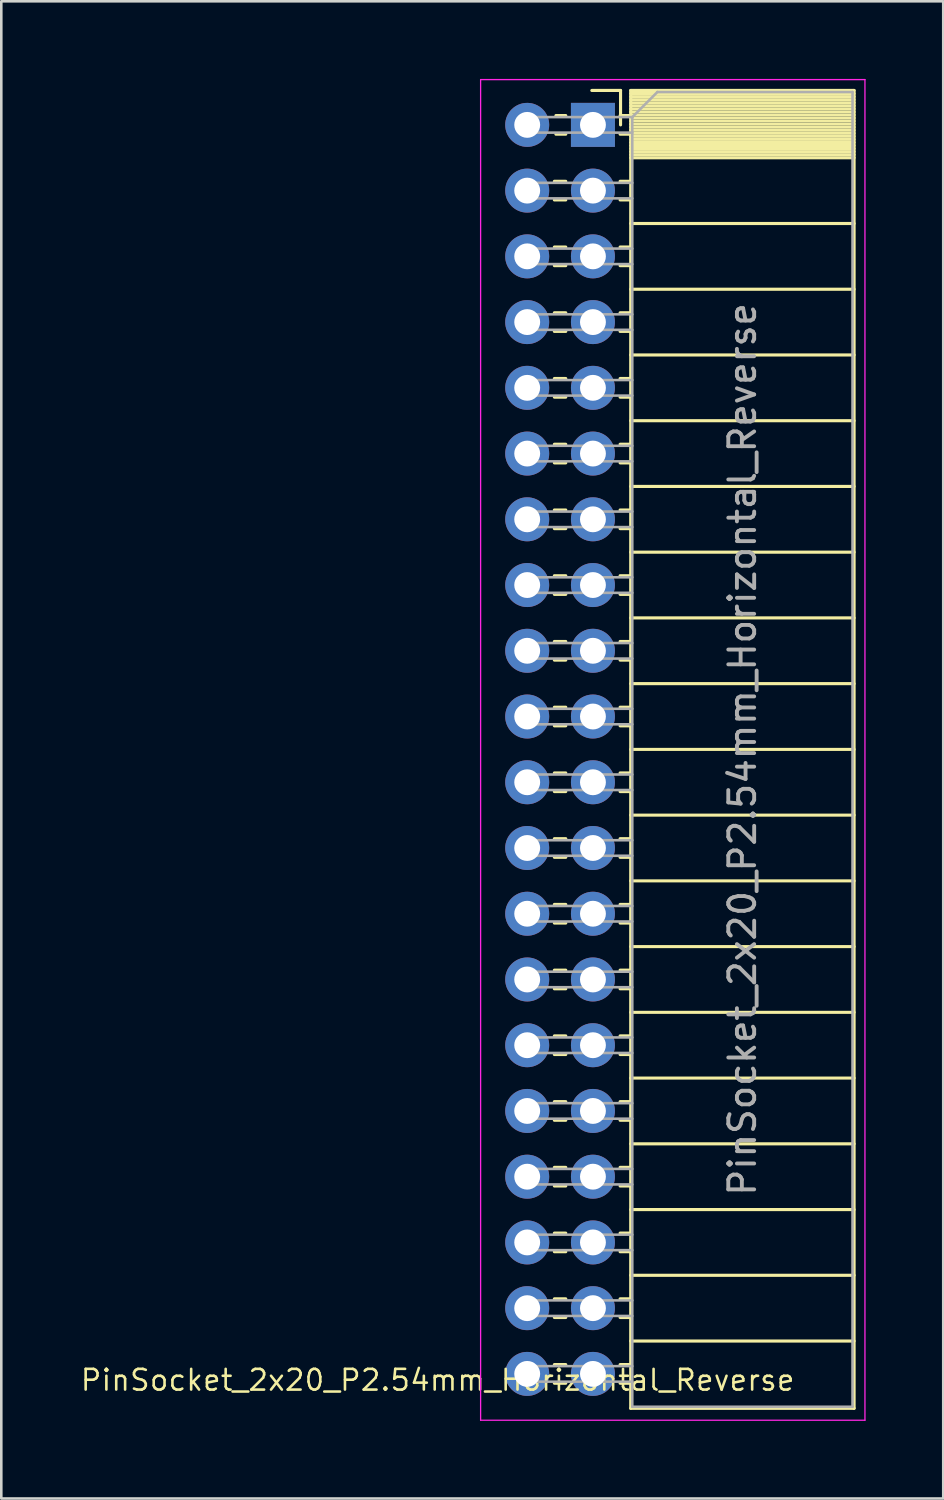
<source format=kicad_pcb>
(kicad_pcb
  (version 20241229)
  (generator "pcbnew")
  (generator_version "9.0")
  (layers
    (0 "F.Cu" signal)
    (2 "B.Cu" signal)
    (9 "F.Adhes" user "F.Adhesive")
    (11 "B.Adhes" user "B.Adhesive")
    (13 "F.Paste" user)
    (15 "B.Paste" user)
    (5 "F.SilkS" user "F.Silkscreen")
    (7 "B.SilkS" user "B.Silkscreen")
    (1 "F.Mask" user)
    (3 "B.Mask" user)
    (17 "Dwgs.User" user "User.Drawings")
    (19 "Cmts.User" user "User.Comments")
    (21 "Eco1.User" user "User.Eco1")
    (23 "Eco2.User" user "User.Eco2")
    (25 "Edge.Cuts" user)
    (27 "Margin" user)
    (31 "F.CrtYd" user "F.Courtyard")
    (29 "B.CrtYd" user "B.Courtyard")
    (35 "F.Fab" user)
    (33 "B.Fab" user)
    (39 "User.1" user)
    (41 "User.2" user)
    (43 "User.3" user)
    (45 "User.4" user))
  (footprint "PinSocket_2x20_P2.54mm_Horizontal_Reverse"
    (layer "F.Cu")
    (at 19.86 1.775)
    (property "Reference" "PinSocket_2x20_P2.54mm_Horizontal_Reverse" (at -6 48.5 0) (layer "F.SilkS") (effects (font (size 0.8 0.8) (thickness 0.1))))
    (attr through_hole)
    (fp_line (start -1.05 -0.36) (end -1.43 -0.36) (stroke (width 0.12) (type solid)) (layer "F.SilkS"))
    (fp_line (start -1.05 0.36) (end -1.43 0.36) (stroke (width 0.12) (type solid)) (layer "F.SilkS"))
    (fp_line (start -1.05 2.18) (end -1.49 2.18) (stroke (width 0.12) (type solid)) (layer "F.SilkS"))
    (fp_line (start -1.05 2.9) (end -1.49 2.9) (stroke (width 0.12) (type solid)) (layer "F.SilkS"))
    (fp_line (start -1.05 4.72) (end -1.49 4.72) (stroke (width 0.12) (type solid)) (layer "F.SilkS"))
    (fp_line (start -1.05 5.44) (end -1.49 5.44) (stroke (width 0.12) (type solid)) (layer "F.SilkS"))
    (fp_line (start -1.05 7.26) (end -1.49 7.26) (stroke (width 0.12) (type solid)) (layer "F.SilkS"))
    (fp_line (start -1.05 7.98) (end -1.49 7.98) (stroke (width 0.12) (type solid)) (layer "F.SilkS"))
    (fp_line (start -1.05 9.8) (end -1.49 9.8) (stroke (width 0.12) (type solid)) (layer "F.SilkS"))
    (fp_line (start -1.05 10.52) (end -1.49 10.52) (stroke (width 0.12) (type solid)) (layer "F.SilkS"))
    (fp_line (start -1.05 12.34) (end -1.49 12.34) (stroke (width 0.12) (type solid)) (layer "F.SilkS"))
    (fp_line (start -1.05 13.06) (end -1.49 13.06) (stroke (width 0.12) (type solid)) (layer "F.SilkS"))
    (fp_line (start -1.05 14.88) (end -1.49 14.88) (stroke (width 0.12) (type solid)) (layer "F.SilkS"))
    (fp_line (start -1.05 15.6) (end -1.49 15.6) (stroke (width 0.12) (type solid)) (layer "F.SilkS"))
    (fp_line (start -1.05 17.42) (end -1.49 17.42) (stroke (width 0.12) (type solid)) (layer "F.SilkS"))
    (fp_line (start -1.05 18.14) (end -1.49 18.14) (stroke (width 0.12) (type solid)) (layer "F.SilkS"))
    (fp_line (start -1.05 19.96) (end -1.49 19.96) (stroke (width 0.12) (type solid)) (layer "F.SilkS"))
    (fp_line (start -1.05 20.68) (end -1.49 20.68) (stroke (width 0.12) (type solid)) (layer "F.SilkS"))
    (fp_line (start -1.05 22.5) (end -1.49 22.5) (stroke (width 0.12) (type solid)) (layer "F.SilkS"))
    (fp_line (start -1.05 23.22) (end -1.49 23.22) (stroke (width 0.12) (type solid)) (layer "F.SilkS"))
    (fp_line (start -1.05 25.04) (end -1.49 25.04) (stroke (width 0.12) (type solid)) (layer "F.SilkS"))
    (fp_line (start -1.05 25.76) (end -1.49 25.76) (stroke (width 0.12) (type solid)) (layer "F.SilkS"))
    (fp_line (start -1.05 27.58) (end -1.49 27.58) (stroke (width 0.12) (type solid)) (layer "F.SilkS"))
    (fp_line (start -1.05 28.3) (end -1.49 28.3) (stroke (width 0.12) (type solid)) (layer "F.SilkS"))
    (fp_line (start -1.05 30.12) (end -1.49 30.12) (stroke (width 0.12) (type solid)) (layer "F.SilkS"))
    (fp_line (start -1.05 30.84) (end -1.49 30.84) (stroke (width 0.12) (type solid)) (layer "F.SilkS"))
    (fp_line (start -1.05 32.66) (end -1.49 32.66) (stroke (width 0.12) (type solid)) (layer "F.SilkS"))
    (fp_line (start -1.05 33.38) (end -1.49 33.38) (stroke (width 0.12) (type solid)) (layer "F.SilkS"))
    (fp_line (start -1.05 35.2) (end -1.49 35.2) (stroke (width 0.12) (type solid)) (layer "F.SilkS"))
    (fp_line (start -1.05 35.92) (end -1.49 35.92) (stroke (width 0.12) (type solid)) (layer "F.SilkS"))
    (fp_line (start -1.05 37.74) (end -1.49 37.74) (stroke (width 0.12) (type solid)) (layer "F.SilkS"))
    (fp_line (start -1.05 38.46) (end -1.49 38.46) (stroke (width 0.12) (type solid)) (layer "F.SilkS"))
    (fp_line (start -1.05 40.28) (end -1.49 40.28) (stroke (width 0.12) (type solid)) (layer "F.SilkS"))
    (fp_line (start -1.05 41) (end -1.49 41) (stroke (width 0.12) (type solid)) (layer "F.SilkS"))
    (fp_line (start -1.05 42.82) (end -1.49 42.82) (stroke (width 0.12) (type solid)) (layer "F.SilkS"))
    (fp_line (start -1.05 43.54) (end -1.49 43.54) (stroke (width 0.12) (type solid)) (layer "F.SilkS"))
    (fp_line (start -1.05 45.36) (end -1.49 45.36) (stroke (width 0.12) (type solid)) (layer "F.SilkS"))
    (fp_line (start -1.05 46.08) (end -1.49 46.08) (stroke (width 0.12) (type solid)) (layer "F.SilkS"))
    (fp_line (start -1.05 47.9) (end -1.49 47.9) (stroke (width 0.12) (type solid)) (layer "F.SilkS"))
    (fp_line (start -1.05 48.62) (end -1.49 48.62) (stroke (width 0.12) (type solid)) (layer "F.SilkS"))
    (fp_line (start 1.067 -1.33) (end -0.043 -1.33) (stroke (width 0.12) (type solid)) (layer "F.SilkS"))
    (fp_line (start 1.067 -1.33) (end 1.067 0) (stroke (width 0.12) (type solid)) (layer "F.SilkS"))
    (fp_line (start 1.46 -1.33) (end 1.46 49.59) (stroke (width 0.12) (type solid)) (layer "F.SilkS"))
    (fp_line (start 1.46 -0.36) (end 1.05 -0.36) (stroke (width 0.12) (type solid)) (layer "F.SilkS"))
    (fp_line (start 1.46 0.36) (end 1.05 0.36) (stroke (width 0.12) (type solid)) (layer "F.SilkS"))
    (fp_line (start 1.46 2.18) (end 1.05 2.18) (stroke (width 0.12) (type solid)) (layer "F.SilkS"))
    (fp_line (start 1.46 2.9) (end 1.05 2.9) (stroke (width 0.12) (type solid)) (layer "F.SilkS"))
    (fp_line (start 1.46 4.72) (end 1.05 4.72) (stroke (width 0.12) (type solid)) (layer "F.SilkS"))
    (fp_line (start 1.46 5.44) (end 1.05 5.44) (stroke (width 0.12) (type solid)) (layer "F.SilkS"))
    (fp_line (start 1.46 7.26) (end 1.05 7.26) (stroke (width 0.12) (type solid)) (layer "F.SilkS"))
    (fp_line (start 1.46 7.98) (end 1.05 7.98) (stroke (width 0.12) (type solid)) (layer "F.SilkS"))
    (fp_line (start 1.46 9.8) (end 1.05 9.8) (stroke (width 0.12) (type solid)) (layer "F.SilkS"))
    (fp_line (start 1.46 10.52) (end 1.05 10.52) (stroke (width 0.12) (type solid)) (layer "F.SilkS"))
    (fp_line (start 1.46 12.34) (end 1.05 12.34) (stroke (width 0.12) (type solid)) (layer "F.SilkS"))
    (fp_line (start 1.46 13.06) (end 1.05 13.06) (stroke (width 0.12) (type solid)) (layer "F.SilkS"))
    (fp_line (start 1.46 14.88) (end 1.05 14.88) (stroke (width 0.12) (type solid)) (layer "F.SilkS"))
    (fp_line (start 1.46 15.6) (end 1.05 15.6) (stroke (width 0.12) (type solid)) (layer "F.SilkS"))
    (fp_line (start 1.46 17.42) (end 1.05 17.42) (stroke (width 0.12) (type solid)) (layer "F.SilkS"))
    (fp_line (start 1.46 18.14) (end 1.05 18.14) (stroke (width 0.12) (type solid)) (layer "F.SilkS"))
    (fp_line (start 1.46 19.96) (end 1.05 19.96) (stroke (width 0.12) (type solid)) (layer "F.SilkS"))
    (fp_line (start 1.46 20.68) (end 1.05 20.68) (stroke (width 0.12) (type solid)) (layer "F.SilkS"))
    (fp_line (start 1.46 22.5) (end 1.05 22.5) (stroke (width 0.12) (type solid)) (layer "F.SilkS"))
    (fp_line (start 1.46 23.22) (end 1.05 23.22) (stroke (width 0.12) (type solid)) (layer "F.SilkS"))
    (fp_line (start 1.46 25.04) (end 1.05 25.04) (stroke (width 0.12) (type solid)) (layer "F.SilkS"))
    (fp_line (start 1.46 25.76) (end 1.05 25.76) (stroke (width 0.12) (type solid)) (layer "F.SilkS"))
    (fp_line (start 1.46 27.58) (end 1.05 27.58) (stroke (width 0.12) (type solid)) (layer "F.SilkS"))
    (fp_line (start 1.46 28.3) (end 1.05 28.3) (stroke (width 0.12) (type solid)) (layer "F.SilkS"))
    (fp_line (start 1.46 30.12) (end 1.05 30.12) (stroke (width 0.12) (type solid)) (layer "F.SilkS"))
    (fp_line (start 1.46 30.84) (end 1.05 30.84) (stroke (width 0.12) (type solid)) (layer "F.SilkS"))
    (fp_line (start 1.46 32.66) (end 1.05 32.66) (stroke (width 0.12) (type solid)) (layer "F.SilkS"))
    (fp_line (start 1.46 33.38) (end 1.05 33.38) (stroke (width 0.12) (type solid)) (layer "F.SilkS"))
    (fp_line (start 1.46 35.2) (end 1.05 35.2) (stroke (width 0.12) (type solid)) (layer "F.SilkS"))
    (fp_line (start 1.46 35.92) (end 1.05 35.92) (stroke (width 0.12) (type solid)) (layer "F.SilkS"))
    (fp_line (start 1.46 37.74) (end 1.05 37.74) (stroke (width 0.12) (type solid)) (layer "F.SilkS"))
    (fp_line (start 1.46 38.46) (end 1.05 38.46) (stroke (width 0.12) (type solid)) (layer "F.SilkS"))
    (fp_line (start 1.46 40.28) (end 1.05 40.28) (stroke (width 0.12) (type solid)) (layer "F.SilkS"))
    (fp_line (start 1.46 41) (end 1.05 41) (stroke (width 0.12) (type solid)) (layer "F.SilkS"))
    (fp_line (start 1.46 42.82) (end 1.05 42.82) (stroke (width 0.12) (type solid)) (layer "F.SilkS"))
    (fp_line (start 1.46 43.54) (end 1.05 43.54) (stroke (width 0.12) (type solid)) (layer "F.SilkS"))
    (fp_line (start 1.46 45.36) (end 1.05 45.36) (stroke (width 0.12) (type solid)) (layer "F.SilkS"))
    (fp_line (start 1.46 46.08) (end 1.05 46.08) (stroke (width 0.12) (type solid)) (layer "F.SilkS"))
    (fp_line (start 1.46 47.9) (end 1.05 47.9) (stroke (width 0.12) (type solid)) (layer "F.SilkS"))
    (fp_line (start 1.46 48.62) (end 1.05 48.62) (stroke (width 0.12) (type solid)) (layer "F.SilkS"))
    (fp_line (start 10.09 -1.33) (end 1.46 -1.33) (stroke (width 0.12) (type solid)) (layer "F.SilkS"))
    (fp_line (start 10.09 -1.33) (end 10.09 49.59) (stroke (width 0.12) (type solid)) (layer "F.SilkS"))
    (fp_line (start 10.09 -1.21) (end 1.46 -1.21) (stroke (width 0.12) (type solid)) (layer "F.SilkS"))
    (fp_line (start 10.09 -1.092) (end 1.46 -1.092) (stroke (width 0.12) (type solid)) (layer "F.SilkS"))
    (fp_line (start 10.09 -0.974) (end 1.46 -0.974) (stroke (width 0.12) (type solid)) (layer "F.SilkS"))
    (fp_line (start 10.09 -0.856) (end 1.46 -0.856) (stroke (width 0.12) (type solid)) (layer "F.SilkS"))
    (fp_line (start 10.09 -0.738) (end 1.46 -0.738) (stroke (width 0.12) (type solid)) (layer "F.SilkS"))
    (fp_line (start 10.09 -0.62) (end 1.46 -0.62) (stroke (width 0.12) (type solid)) (layer "F.SilkS"))
    (fp_line (start 10.09 -0.501) (end 1.46 -0.501) (stroke (width 0.12) (type solid)) (layer "F.SilkS"))
    (fp_line (start 10.09 -0.383) (end 1.46 -0.383) (stroke (width 0.12) (type solid)) (layer "F.SilkS"))
    (fp_line (start 10.09 -0.265) (end 1.46 -0.265) (stroke (width 0.12) (type solid)) (layer "F.SilkS"))
    (fp_line (start 10.09 -0.147) (end 1.46 -0.147) (stroke (width 0.12) (type solid)) (layer "F.SilkS"))
    (fp_line (start 10.09 -0.029) (end 1.46 -0.029) (stroke (width 0.12) (type solid)) (layer "F.SilkS"))
    (fp_line (start 10.09 0.089) (end 1.46 0.089) (stroke (width 0.12) (type solid)) (layer "F.SilkS"))
    (fp_line (start 10.09 0.207) (end 1.46 0.207) (stroke (width 0.12) (type solid)) (layer "F.SilkS"))
    (fp_line (start 10.09 0.325) (end 1.46 0.325) (stroke (width 0.12) (type solid)) (layer "F.SilkS"))
    (fp_line (start 10.09 0.443) (end 1.46 0.443) (stroke (width 0.12) (type solid)) (layer "F.SilkS"))
    (fp_line (start 10.09 0.561) (end 1.46 0.561) (stroke (width 0.12) (type solid)) (layer "F.SilkS"))
    (fp_line (start 10.09 0.68) (end 1.46 0.68) (stroke (width 0.12) (type solid)) (layer "F.SilkS"))
    (fp_line (start 10.09 0.798) (end 1.46 0.798) (stroke (width 0.12) (type solid)) (layer "F.SilkS"))
    (fp_line (start 10.09 0.916) (end 1.46 0.916) (stroke (width 0.12) (type solid)) (layer "F.SilkS"))
    (fp_line (start 10.09 1.034) (end 1.46 1.034) (stroke (width 0.12) (type solid)) (layer "F.SilkS"))
    (fp_line (start 10.09 1.152) (end 1.46 1.152) (stroke (width 0.12) (type solid)) (layer "F.SilkS"))
    (fp_line (start 10.09 1.27) (end 1.46 1.27) (stroke (width 0.12) (type solid)) (layer "F.SilkS"))
    (fp_line (start 10.09 3.81) (end 1.46 3.81) (stroke (width 0.12) (type solid)) (layer "F.SilkS"))
    (fp_line (start 10.09 6.35) (end 1.46 6.35) (stroke (width 0.12) (type solid)) (layer "F.SilkS"))
    (fp_line (start 10.09 8.89) (end 1.46 8.89) (stroke (width 0.12) (type solid)) (layer "F.SilkS"))
    (fp_line (start 10.09 11.43) (end 1.46 11.43) (stroke (width 0.12) (type solid)) (layer "F.SilkS"))
    (fp_line (start 10.09 13.97) (end 1.46 13.97) (stroke (width 0.12) (type solid)) (layer "F.SilkS"))
    (fp_line (start 10.09 16.51) (end 1.46 16.51) (stroke (width 0.12) (type solid)) (layer "F.SilkS"))
    (fp_line (start 10.09 19.05) (end 1.46 19.05) (stroke (width 0.12) (type solid)) (layer "F.SilkS"))
    (fp_line (start 10.09 21.59) (end 1.46 21.59) (stroke (width 0.12) (type solid)) (layer "F.SilkS"))
    (fp_line (start 10.09 24.13) (end 1.46 24.13) (stroke (width 0.12) (type solid)) (layer "F.SilkS"))
    (fp_line (start 10.09 26.67) (end 1.46 26.67) (stroke (width 0.12) (type solid)) (layer "F.SilkS"))
    (fp_line (start 10.09 29.21) (end 1.46 29.21) (stroke (width 0.12) (type solid)) (layer "F.SilkS"))
    (fp_line (start 10.09 31.75) (end 1.46 31.75) (stroke (width 0.12) (type solid)) (layer "F.SilkS"))
    (fp_line (start 10.09 34.29) (end 1.46 34.29) (stroke (width 0.12) (type solid)) (layer "F.SilkS"))
    (fp_line (start 10.09 36.83) (end 1.46 36.83) (stroke (width 0.12) (type solid)) (layer "F.SilkS"))
    (fp_line (start 10.09 39.37) (end 1.46 39.37) (stroke (width 0.12) (type solid)) (layer "F.SilkS"))
    (fp_line (start 10.09 41.91) (end 1.46 41.91) (stroke (width 0.12) (type solid)) (layer "F.SilkS"))
    (fp_line (start 10.09 44.45) (end 1.46 44.45) (stroke (width 0.12) (type solid)) (layer "F.SilkS"))
    (fp_line (start 10.09 46.99) (end 1.46 46.99) (stroke (width 0.12) (type solid)) (layer "F.SilkS"))
    (fp_line (start 10.09 49.59) (end 1.46 49.59) (stroke (width 0.12) (type solid)) (layer "F.SilkS"))
    (fp_line (start -4.34 -1.75) (end 10.51 -1.75) (stroke (width 0.05) (type solid)) (layer "F.CrtYd"))
    (fp_line (start -4.34 50.05) (end -4.34 -1.75) (stroke (width 0.05) (type solid)) (layer "F.CrtYd"))
    (fp_line (start 10.51 -1.75) (end 10.51 50.05) (stroke (width 0.05) (type solid)) (layer "F.CrtYd"))
    (fp_line (start 10.51 50.05) (end -4.34 50.05) (stroke (width 0.05) (type solid)) (layer "F.CrtYd"))
    (fp_line (start -2.54 -0.3) (end 1.52 -0.3) (stroke (width 0.1) (type solid)) (layer "F.Fab"))
    (fp_line (start -2.54 0.3) (end -2.54 -0.3) (stroke (width 0.1) (type solid)) (layer "F.Fab"))
    (fp_line (start -2.54 2.24) (end 1.52 2.24) (stroke (width 0.1) (type solid)) (layer "F.Fab"))
    (fp_line (start -2.54 2.84) (end -2.54 2.24) (stroke (width 0.1) (type solid)) (layer "F.Fab"))
    (fp_line (start -2.54 4.78) (end 1.52 4.78) (stroke (width 0.1) (type solid)) (layer "F.Fab"))
    (fp_line (start -2.54 5.38) (end -2.54 4.78) (stroke (width 0.1) (type solid)) (layer "F.Fab"))
    (fp_line (start -2.54 7.32) (end 1.52 7.32) (stroke (width 0.1) (type solid)) (layer "F.Fab"))
    (fp_line (start -2.54 7.92) (end -2.54 7.32) (stroke (width 0.1) (type solid)) (layer "F.Fab"))
    (fp_line (start -2.54 9.86) (end 1.52 9.86) (stroke (width 0.1) (type solid)) (layer "F.Fab"))
    (fp_line (start -2.54 10.46) (end -2.54 9.86) (stroke (width 0.1) (type solid)) (layer "F.Fab"))
    (fp_line (start -2.54 12.4) (end 1.52 12.4) (stroke (width 0.1) (type solid)) (layer "F.Fab"))
    (fp_line (start -2.54 13) (end -2.54 12.4) (stroke (width 0.1) (type solid)) (layer "F.Fab"))
    (fp_line (start -2.54 14.94) (end 1.52 14.94) (stroke (width 0.1) (type solid)) (layer "F.Fab"))
    (fp_line (start -2.54 15.54) (end -2.54 14.94) (stroke (width 0.1) (type solid)) (layer "F.Fab"))
    (fp_line (start -2.54 17.48) (end 1.52 17.48) (stroke (width 0.1) (type solid)) (layer "F.Fab"))
    (fp_line (start -2.54 18.08) (end -2.54 17.48) (stroke (width 0.1) (type solid)) (layer "F.Fab"))
    (fp_line (start -2.54 20.02) (end 1.52 20.02) (stroke (width 0.1) (type solid)) (layer "F.Fab"))
    (fp_line (start -2.54 20.62) (end -2.54 20.02) (stroke (width 0.1) (type solid)) (layer "F.Fab"))
    (fp_line (start -2.54 22.56) (end 1.52 22.56) (stroke (width 0.1) (type solid)) (layer "F.Fab"))
    (fp_line (start -2.54 23.16) (end -2.54 22.56) (stroke (width 0.1) (type solid)) (layer "F.Fab"))
    (fp_line (start -2.54 25.1) (end 1.52 25.1) (stroke (width 0.1) (type solid)) (layer "F.Fab"))
    (fp_line (start -2.54 25.7) (end -2.54 25.1) (stroke (width 0.1) (type solid)) (layer "F.Fab"))
    (fp_line (start -2.54 27.64) (end 1.52 27.64) (stroke (width 0.1) (type solid)) (layer "F.Fab"))
    (fp_line (start -2.54 28.24) (end -2.54 27.64) (stroke (width 0.1) (type solid)) (layer "F.Fab"))
    (fp_line (start -2.54 30.18) (end 1.52 30.18) (stroke (width 0.1) (type solid)) (layer "F.Fab"))
    (fp_line (start -2.54 30.78) (end -2.54 30.18) (stroke (width 0.1) (type solid)) (layer "F.Fab"))
    (fp_line (start -2.54 32.72) (end 1.52 32.72) (stroke (width 0.1) (type solid)) (layer "F.Fab"))
    (fp_line (start -2.54 33.32) (end -2.54 32.72) (stroke (width 0.1) (type solid)) (layer "F.Fab"))
    (fp_line (start -2.54 35.26) (end 1.52 35.26) (stroke (width 0.1) (type solid)) (layer "F.Fab"))
    (fp_line (start -2.54 35.86) (end -2.54 35.26) (stroke (width 0.1) (type solid)) (layer "F.Fab"))
    (fp_line (start -2.54 37.8) (end 1.52 37.8) (stroke (width 0.1) (type solid)) (layer "F.Fab"))
    (fp_line (start -2.54 38.4) (end -2.54 37.8) (stroke (width 0.1) (type solid)) (layer "F.Fab"))
    (fp_line (start -2.54 40.34) (end 1.52 40.34) (stroke (width 0.1) (type solid)) (layer "F.Fab"))
    (fp_line (start -2.54 40.94) (end -2.54 40.34) (stroke (width 0.1) (type solid)) (layer "F.Fab"))
    (fp_line (start -2.54 42.88) (end 1.52 42.88) (stroke (width 0.1) (type solid)) (layer "F.Fab"))
    (fp_line (start -2.54 43.48) (end -2.54 42.88) (stroke (width 0.1) (type solid)) (layer "F.Fab"))
    (fp_line (start -2.54 45.42) (end 1.52 45.42) (stroke (width 0.1) (type solid)) (layer "F.Fab"))
    (fp_line (start -2.54 46.02) (end -2.54 45.42) (stroke (width 0.1) (type solid)) (layer "F.Fab"))
    (fp_line (start -2.54 47.96) (end 1.52 47.96) (stroke (width 0.1) (type solid)) (layer "F.Fab"))
    (fp_line (start -2.54 48.56) (end -2.54 47.96) (stroke (width 0.1) (type solid)) (layer "F.Fab"))
    (fp_line (start 1.52 -0.3) (end 1.52 49.53) (stroke (width 0.1) (type solid)) (layer "F.Fab"))
    (fp_line (start 1.52 0.3) (end -2.54 0.3) (stroke (width 0.1) (type solid)) (layer "F.Fab"))
    (fp_line (start 1.52 2.84) (end -2.54 2.84) (stroke (width 0.1) (type solid)) (layer "F.Fab"))
    (fp_line (start 1.52 5.38) (end -2.54 5.38) (stroke (width 0.1) (type solid)) (layer "F.Fab"))
    (fp_line (start 1.52 7.92) (end -2.54 7.92) (stroke (width 0.1) (type solid)) (layer "F.Fab"))
    (fp_line (start 1.52 10.46) (end -2.54 10.46) (stroke (width 0.1) (type solid)) (layer "F.Fab"))
    (fp_line (start 1.52 13) (end -2.54 13) (stroke (width 0.1) (type solid)) (layer "F.Fab"))
    (fp_line (start 1.52 15.54) (end -2.54 15.54) (stroke (width 0.1) (type solid)) (layer "F.Fab"))
    (fp_line (start 1.52 18.08) (end -2.54 18.08) (stroke (width 0.1) (type solid)) (layer "F.Fab"))
    (fp_line (start 1.52 20.62) (end -2.54 20.62) (stroke (width 0.1) (type solid)) (layer "F.Fab"))
    (fp_line (start 1.52 23.16) (end -2.54 23.16) (stroke (width 0.1) (type solid)) (layer "F.Fab"))
    (fp_line (start 1.52 25.7) (end -2.54 25.7) (stroke (width 0.1) (type solid)) (layer "F.Fab"))
    (fp_line (start 1.52 28.24) (end -2.54 28.24) (stroke (width 0.1) (type solid)) (layer "F.Fab"))
    (fp_line (start 1.52 30.78) (end -2.54 30.78) (stroke (width 0.1) (type solid)) (layer "F.Fab"))
    (fp_line (start 1.52 33.32) (end -2.54 33.32) (stroke (width 0.1) (type solid)) (layer "F.Fab"))
    (fp_line (start 1.52 35.86) (end -2.54 35.86) (stroke (width 0.1) (type solid)) (layer "F.Fab"))
    (fp_line (start 1.52 38.4) (end -2.54 38.4) (stroke (width 0.1) (type solid)) (layer "F.Fab"))
    (fp_line (start 1.52 40.94) (end -2.54 40.94) (stroke (width 0.1) (type solid)) (layer "F.Fab"))
    (fp_line (start 1.52 43.48) (end -2.54 43.48) (stroke (width 0.1) (type solid)) (layer "F.Fab"))
    (fp_line (start 1.52 46.02) (end -2.54 46.02) (stroke (width 0.1) (type solid)) (layer "F.Fab"))
    (fp_line (start 1.52 48.56) (end -2.54 48.56) (stroke (width 0.1) (type solid)) (layer "F.Fab"))
    (fp_line (start 1.52 49.53) (end 10.03 49.53) (stroke (width 0.1) (type solid)) (layer "F.Fab"))
    (fp_line (start 2.49 -1.27) (end 1.52 -0.3) (stroke (width 0.1) (type solid)) (layer "F.Fab"))
    (fp_line (start 10.03 -1.27) (end 2.49 -1.27) (stroke (width 0.1) (type solid)) (layer "F.Fab"))
    (fp_line (start 10.03 49.53) (end 10.03 -1.27) (stroke (width 0.1) (type solid)) (layer "F.Fab"))
    (fp_text user "${REFERENCE}" (at 5.775 24.13 90) (layer "F.Fab") (effects (font (size 1 1) (thickness 0.15))))
    (pad "1" thru_hole rect (at 0 0) (size 1.7 1.7) (drill 1) (layers "*.Cu" "*.Mask"))
    (pad "2" thru_hole oval (at -2.54 0) (size 1.7 1.7) (drill 1) (layers "*.Cu" "*.Mask"))
    (pad "3" thru_hole oval (at 0 2.54) (size 1.7 1.7) (drill 1) (layers "*.Cu" "*.Mask"))
    (pad "4" thru_hole oval (at -2.54 2.54) (size 1.7 1.7) (drill 1) (layers "*.Cu" "*.Mask"))
    (pad "5" thru_hole oval (at 0 5.08) (size 1.7 1.7) (drill 1) (layers "*.Cu" "*.Mask"))
    (pad "6" thru_hole oval (at -2.54 5.08) (size 1.7 1.7) (drill 1) (layers "*.Cu" "*.Mask"))
    (pad "7" thru_hole oval (at 0 7.62) (size 1.7 1.7) (drill 1) (layers "*.Cu" "*.Mask"))
    (pad "8" thru_hole oval (at -2.54 7.62) (size 1.7 1.7) (drill 1) (layers "*.Cu" "*.Mask"))
    (pad "9" thru_hole oval (at 0 10.16) (size 1.7 1.7) (drill 1) (layers "*.Cu" "*.Mask"))
    (pad "10" thru_hole oval (at -2.54 10.16) (size 1.7 1.7) (drill 1) (layers "*.Cu" "*.Mask"))
    (pad "11" thru_hole oval (at 0 12.7) (size 1.7 1.7) (drill 1) (layers "*.Cu" "*.Mask"))
    (pad "12" thru_hole oval (at -2.54 12.7) (size 1.7 1.7) (drill 1) (layers "*.Cu" "*.Mask"))
    (pad "13" thru_hole oval (at 0 15.24) (size 1.7 1.7) (drill 1) (layers "*.Cu" "*.Mask"))
    (pad "14" thru_hole oval (at -2.54 15.24) (size 1.7 1.7) (drill 1) (layers "*.Cu" "*.Mask"))
    (pad "15" thru_hole oval (at 0 17.78) (size 1.7 1.7) (drill 1) (layers "*.Cu" "*.Mask"))
    (pad "16" thru_hole oval (at -2.54 17.78) (size 1.7 1.7) (drill 1) (layers "*.Cu" "*.Mask"))
    (pad "17" thru_hole oval (at 0 20.32) (size 1.7 1.7) (drill 1) (layers "*.Cu" "*.Mask"))
    (pad "18" thru_hole oval (at -2.54 20.32) (size 1.7 1.7) (drill 1) (layers "*.Cu" "*.Mask"))
    (pad "19" thru_hole oval (at 0 22.86) (size 1.7 1.7) (drill 1) (layers "*.Cu" "*.Mask"))
    (pad "20" thru_hole oval (at -2.54 22.86) (size 1.7 1.7) (drill 1) (layers "*.Cu" "*.Mask"))
    (pad "21" thru_hole oval (at 0 25.4) (size 1.7 1.7) (drill 1) (layers "*.Cu" "*.Mask"))
    (pad "22" thru_hole oval (at -2.54 25.4) (size 1.7 1.7) (drill 1) (layers "*.Cu" "*.Mask"))
    (pad "23" thru_hole oval (at 0 27.94) (size 1.7 1.7) (drill 1) (layers "*.Cu" "*.Mask"))
    (pad "24" thru_hole oval (at -2.54 27.94) (size 1.7 1.7) (drill 1) (layers "*.Cu" "*.Mask"))
    (pad "25" thru_hole oval (at 0 30.48) (size 1.7 1.7) (drill 1) (layers "*.Cu" "*.Mask"))
    (pad "26" thru_hole oval (at -2.54 30.48) (size 1.7 1.7) (drill 1) (layers "*.Cu" "*.Mask"))
    (pad "27" thru_hole oval (at 0 33.02) (size 1.7 1.7) (drill 1) (layers "*.Cu" "*.Mask"))
    (pad "28" thru_hole oval (at -2.54 33.02) (size 1.7 1.7) (drill 1) (layers "*.Cu" "*.Mask"))
    (pad "29" thru_hole oval (at 0 35.56) (size 1.7 1.7) (drill 1) (layers "*.Cu" "*.Mask"))
    (pad "30" thru_hole oval (at -2.54 35.56) (size 1.7 1.7) (drill 1) (layers "*.Cu" "*.Mask"))
    (pad "31" thru_hole oval (at 0 38.1) (size 1.7 1.7) (drill 1) (layers "*.Cu" "*.Mask"))
    (pad "32" thru_hole oval (at -2.54 38.1) (size 1.7 1.7) (drill 1) (layers "*.Cu" "*.Mask"))
    (pad "33" thru_hole oval (at 0 40.64) (size 1.7 1.7) (drill 1) (layers "*.Cu" "*.Mask"))
    (pad "34" thru_hole oval (at -2.54 40.64) (size 1.7 1.7) (drill 1) (layers "*.Cu" "*.Mask"))
    (pad "35" thru_hole oval (at 0 43.18) (size 1.7 1.7) (drill 1) (layers "*.Cu" "*.Mask"))
    (pad "36" thru_hole oval (at -2.54 43.18) (size 1.7 1.7) (drill 1) (layers "*.Cu" "*.Mask"))
    (pad "37" thru_hole oval (at 0 45.72) (size 1.7 1.7) (drill 1) (layers "*.Cu" "*.Mask"))
    (pad "38" thru_hole oval (at -2.54 45.72) (size 1.7 1.7) (drill 1) (layers "*.Cu" "*.Mask"))
    (pad "39" thru_hole oval (at 0 48.26) (size 1.7 1.7) (drill 1) (layers "*.Cu" "*.Mask"))
    (pad "40" thru_hole oval (at -2.54 48.26) (size 1.7 1.7) (drill 1) (layers "*.Cu" "*.Mask")))
  (gr_rect
    (start -3 -3)
    (end 33.395 54.85)
    (stroke (width 0.1) (type default))
    (fill no)
    (layer "Edge.Cuts")))
</source>
